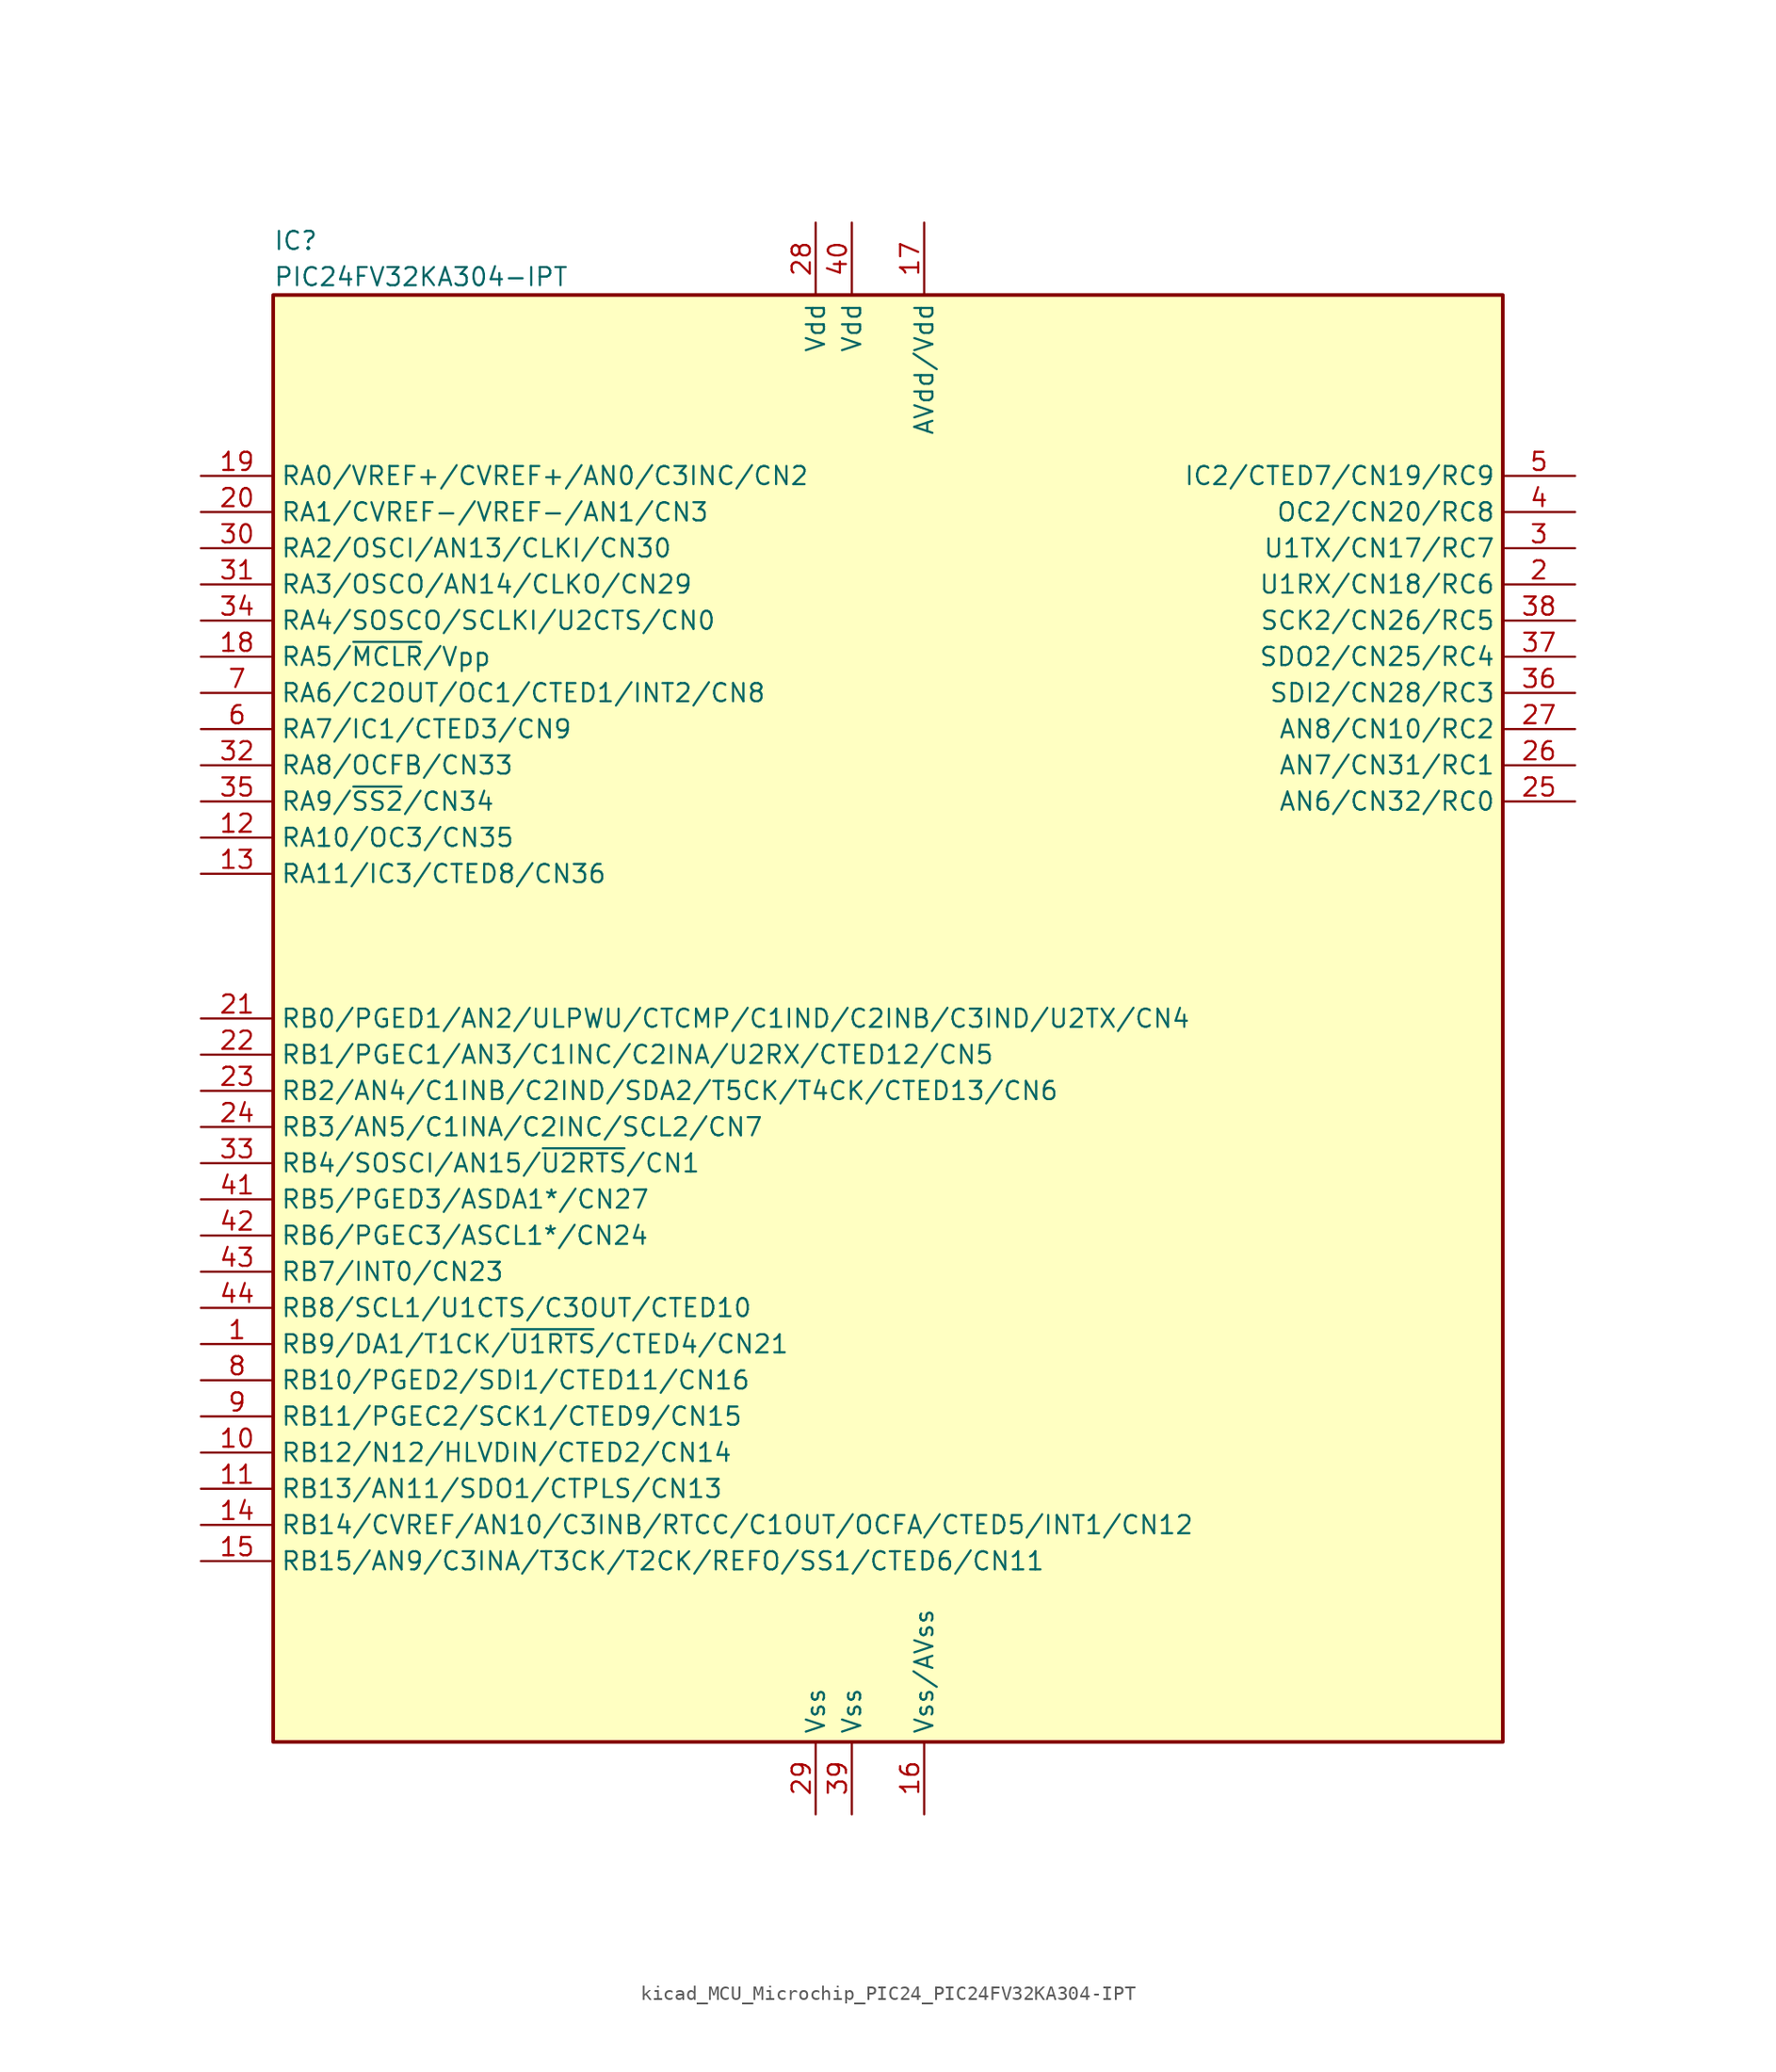
<source format=kicad_sym>
(kicad_symbol_lib
  (version 20220914)
  (generator kicad_symbol_editor)
  (symbol "kicad_MCU_Microchip_PIC24_PIC24FV32KA304-IPT"
    (property "Reference" "IC"
      (at -43.18 54.61 0)
      (effects (font (size 1.27 1.27)) (justify left)))
    (property "Value" "PIC24FV32KA304-IPT"
      (at -43.18 52.07 0)
      (effects (font (size 1.27 1.27)) (justify left)))
    (symbol "kicad_MCU_Microchip_PIC24_PIC24FV32KA304-IPT_1_0"
      (rectangle (start -43.18 -50.8) (end 43.18 50.8) (stroke (width 0.254) (type default)) (fill (type background))))
    (symbol "kicad_MCU_Microchip_PIC24_PIC24FV32KA304-IPT_1_1"
      (pin bidirectional line (at -48.26 -22.86 0) (length 5.08) (name "RB9/DA1/T1CK/~{U1RTS}/CTED4/CN21" (effects (font (size 1.27 1.27)))) (number "1" (effects (font (size 1.27 1.27)))))
      (pin bidirectional line (at -48.26 -30.48 0) (length 5.08) (name "RB12/N12/HLVDIN/CTED2/CN14" (effects (font (size 1.27 1.27)))) (number "10" (effects (font (size 1.27 1.27)))))
      (pin bidirectional line (at -48.26 -33.02 0) (length 5.08) (name "RB13/AN11/SDO1/CTPLS/CN13" (effects (font (size 1.27 1.27)))) (number "11" (effects (font (size 1.27 1.27)))))
      (pin bidirectional line (at -48.26 12.7 0) (length 5.08) (name "RA10/OC3/CN35" (effects (font (size 1.27 1.27)))) (number "12" (effects (font (size 1.27 1.27)))))
      (pin bidirectional line (at -48.26 10.16 0) (length 5.08) (name "RA11/IC3/CTED8/CN36" (effects (font (size 1.27 1.27)))) (number "13" (effects (font (size 1.27 1.27)))))
      (pin bidirectional line (at -48.26 -35.56 0) (length 5.08) (name "RB14/CVREF/AN10/C3INB/RTCC/C1OUT/OCFA/CTED5/INT1/CN12" (effects (font (size 1.27 1.27)))) (number "14" (effects (font (size 1.27 1.27)))))
      (pin bidirectional line (at -48.26 -38.1 0) (length 5.08) (name "RB15/AN9/C3INA/T3CK/T2CK/REFO/SS1/CTED6/CN11" (effects (font (size 1.27 1.27)))) (number "15" (effects (font (size 1.27 1.27)))))
      (pin power_in line (at 2.54 -55.88 90) (length 5.08) (name "Vss/AVss" (effects (font (size 1.27 1.27)))) (number "16" (effects (font (size 1.27 1.27)))))
      (pin power_in line (at 2.54 55.88 270) (length 5.08) (name "AVdd/Vdd" (effects (font (size 1.27 1.27)))) (number "17" (effects (font (size 1.27 1.27)))))
      (pin bidirectional line (at -48.26 25.4 0) (length 5.08) (name "RA5/~{MCLR}/Vpp" (effects (font (size 1.27 1.27)))) (number "18" (effects (font (size 1.27 1.27)))))
      (pin bidirectional line (at -48.26 38.1 0) (length 5.08) (name "RA0/VREF+/CVREF+/AN0/C3INC/CN2" (effects (font (size 1.27 1.27)))) (number "19" (effects (font (size 1.27 1.27)))))
      (pin bidirectional line (at 48.26 30.48 180) (length 5.08) (name "U1RX/CN18/RC6" (effects (font (size 1.27 1.27)))) (number "2" (effects (font (size 1.27 1.27)))))
      (pin bidirectional line (at -48.26 35.56 0) (length 5.08) (name "RA1/CVREF-/VREF-/AN1/CN3" (effects (font (size 1.27 1.27)))) (number "20" (effects (font (size 1.27 1.27)))))
      (pin bidirectional line (at -48.26 0 0) (length 5.08) (name "RB0/PGED1/AN2/ULPWU/CTCMP/C1IND/C2INB/C3IND/U2TX/CN4" (effects (font (size 1.27 1.27)))) (number "21" (effects (font (size 1.27 1.27)))))
      (pin bidirectional line (at -48.26 -2.54 0) (length 5.08) (name "RB1/PGEC1/AN3/C1INC/C2INA/U2RX/CTED12/CN5" (effects (font (size 1.27 1.27)))) (number "22" (effects (font (size 1.27 1.27)))))
      (pin bidirectional line (at -48.26 -5.08 0) (length 5.08) (name "RB2/AN4/C1INB/C2IND/SDA2/T5CK/T4CK/CTED13/CN6" (effects (font (size 1.27 1.27)))) (number "23" (effects (font (size 1.27 1.27)))))
      (pin bidirectional line (at -48.26 -7.62 0) (length 5.08) (name "RB3/AN5/C1INA/C2INC/SCL2/CN7" (effects (font (size 1.27 1.27)))) (number "24" (effects (font (size 1.27 1.27)))))
      (pin bidirectional line (at 48.26 15.24 180) (length 5.08) (name "AN6/CN32/RC0" (effects (font (size 1.27 1.27)))) (number "25" (effects (font (size 1.27 1.27)))))
      (pin bidirectional line (at 48.26 17.78 180) (length 5.08) (name "AN7/CN31/RC1" (effects (font (size 1.27 1.27)))) (number "26" (effects (font (size 1.27 1.27)))))
      (pin bidirectional line (at 48.26 20.32 180) (length 5.08) (name "AN8/CN10/RC2" (effects (font (size 1.27 1.27)))) (number "27" (effects (font (size 1.27 1.27)))))
      (pin power_in line (at -5.08 55.88 270) (length 5.08) (name "Vdd" (effects (font (size 1.27 1.27)))) (number "28" (effects (font (size 1.27 1.27)))))
      (pin power_in line (at -5.08 -55.88 90) (length 5.08) (name "Vss" (effects (font (size 1.27 1.27)))) (number "29" (effects (font (size 1.27 1.27)))))
      (pin bidirectional line (at 48.26 33.02 180) (length 5.08) (name "U1TX/CN17/RC7" (effects (font (size 1.27 1.27)))) (number "3" (effects (font (size 1.27 1.27)))))
      (pin bidirectional line (at -48.26 33.02 0) (length 5.08) (name "RA2/OSCI/AN13/CLKI/CN30" (effects (font (size 1.27 1.27)))) (number "30" (effects (font (size 1.27 1.27)))))
      (pin bidirectional line (at -48.26 30.48 0) (length 5.08) (name "RA3/OSCO/AN14/CLKO/CN29" (effects (font (size 1.27 1.27)))) (number "31" (effects (font (size 1.27 1.27)))))
      (pin bidirectional line (at -48.26 17.78 0) (length 5.08) (name "RA8/OCFB/CN33" (effects (font (size 1.27 1.27)))) (number "32" (effects (font (size 1.27 1.27)))))
      (pin bidirectional line (at -48.26 -10.16 0) (length 5.08) (name "RB4/SOSCI/AN15/~{U2RTS}/CN1" (effects (font (size 1.27 1.27)))) (number "33" (effects (font (size 1.27 1.27)))))
      (pin bidirectional line (at -48.26 27.94 0) (length 5.08) (name "RA4/SOSCO/SCLKI/U2CTS/CN0" (effects (font (size 1.27 1.27)))) (number "34" (effects (font (size 1.27 1.27)))))
      (pin bidirectional line (at -48.26 15.24 0) (length 5.08) (name "RA9/~{SS2}/CN34" (effects (font (size 1.27 1.27)))) (number "35" (effects (font (size 1.27 1.27)))))
      (pin bidirectional line (at 48.26 22.86 180) (length 5.08) (name "SDI2/CN28/RC3" (effects (font (size 1.27 1.27)))) (number "36" (effects (font (size 1.27 1.27)))))
      (pin bidirectional line (at 48.26 25.4 180) (length 5.08) (name "SDO2/CN25/RC4" (effects (font (size 1.27 1.27)))) (number "37" (effects (font (size 1.27 1.27)))))
      (pin bidirectional line (at 48.26 27.94 180) (length 5.08) (name "SCK2/CN26/RC5" (effects (font (size 1.27 1.27)))) (number "38" (effects (font (size 1.27 1.27)))))
      (pin power_in line (at -2.54 -55.88 90) (length 5.08) (name "Vss" (effects (font (size 1.27 1.27)))) (number "39" (effects (font (size 1.27 1.27)))))
      (pin bidirectional line (at 48.26 35.56 180) (length 5.08) (name "OC2/CN20/RC8" (effects (font (size 1.27 1.27)))) (number "4" (effects (font (size 1.27 1.27)))))
      (pin power_in line (at -2.54 55.88 270) (length 5.08) (name "Vdd" (effects (font (size 1.27 1.27)))) (number "40" (effects (font (size 1.27 1.27)))))
      (pin bidirectional line (at -48.26 -12.7 0) (length 5.08) (name "RB5/PGED3/ASDA1*/CN27" (effects (font (size 1.27 1.27)))) (number "41" (effects (font (size 1.27 1.27)))))
      (pin bidirectional line (at -48.26 -15.24 0) (length 5.08) (name "RB6/PGEC3/ASCL1*/CN24" (effects (font (size 1.27 1.27)))) (number "42" (effects (font (size 1.27 1.27)))))
      (pin bidirectional line (at -48.26 -17.78 0) (length 5.08) (name "RB7/INT0/CN23" (effects (font (size 1.27 1.27)))) (number "43" (effects (font (size 1.27 1.27)))))
      (pin bidirectional line (at -48.26 -20.32 0) (length 5.08) (name "RB8/SCL1/U1CTS/C3OUT/CTED10" (effects (font (size 1.27 1.27)))) (number "44" (effects (font (size 1.27 1.27)))))
      (pin bidirectional line (at 48.26 38.1 180) (length 5.08) (name "IC2/CTED7/CN19/RC9" (effects (font (size 1.27 1.27)))) (number "5" (effects (font (size 1.27 1.27)))))
      (pin bidirectional line (at -48.26 20.32 0) (length 5.08) (name "RA7/IC1/CTED3/CN9" (effects (font (size 1.27 1.27)))) (number "6" (effects (font (size 1.27 1.27)))))
      (pin bidirectional line (at -48.26 22.86 0) (length 5.08) (name "RA6/C2OUT/OC1/CTED1/INT2/CN8" (effects (font (size 1.27 1.27)))) (number "7" (effects (font (size 1.27 1.27)))))
      (pin bidirectional line (at -48.26 -25.4 0) (length 5.08) (name "RB10/PGED2/SDI1/CTED11/CN16" (effects (font (size 1.27 1.27)))) (number "8" (effects (font (size 1.27 1.27)))))
      (pin bidirectional line (at -48.26 -27.94 0) (length 5.08) (name "RB11/PGEC2/SCK1/CTED9/CN15" (effects (font (size 1.27 1.27)))) (number "9" (effects (font (size 1.27 1.27))))))))
</source>
